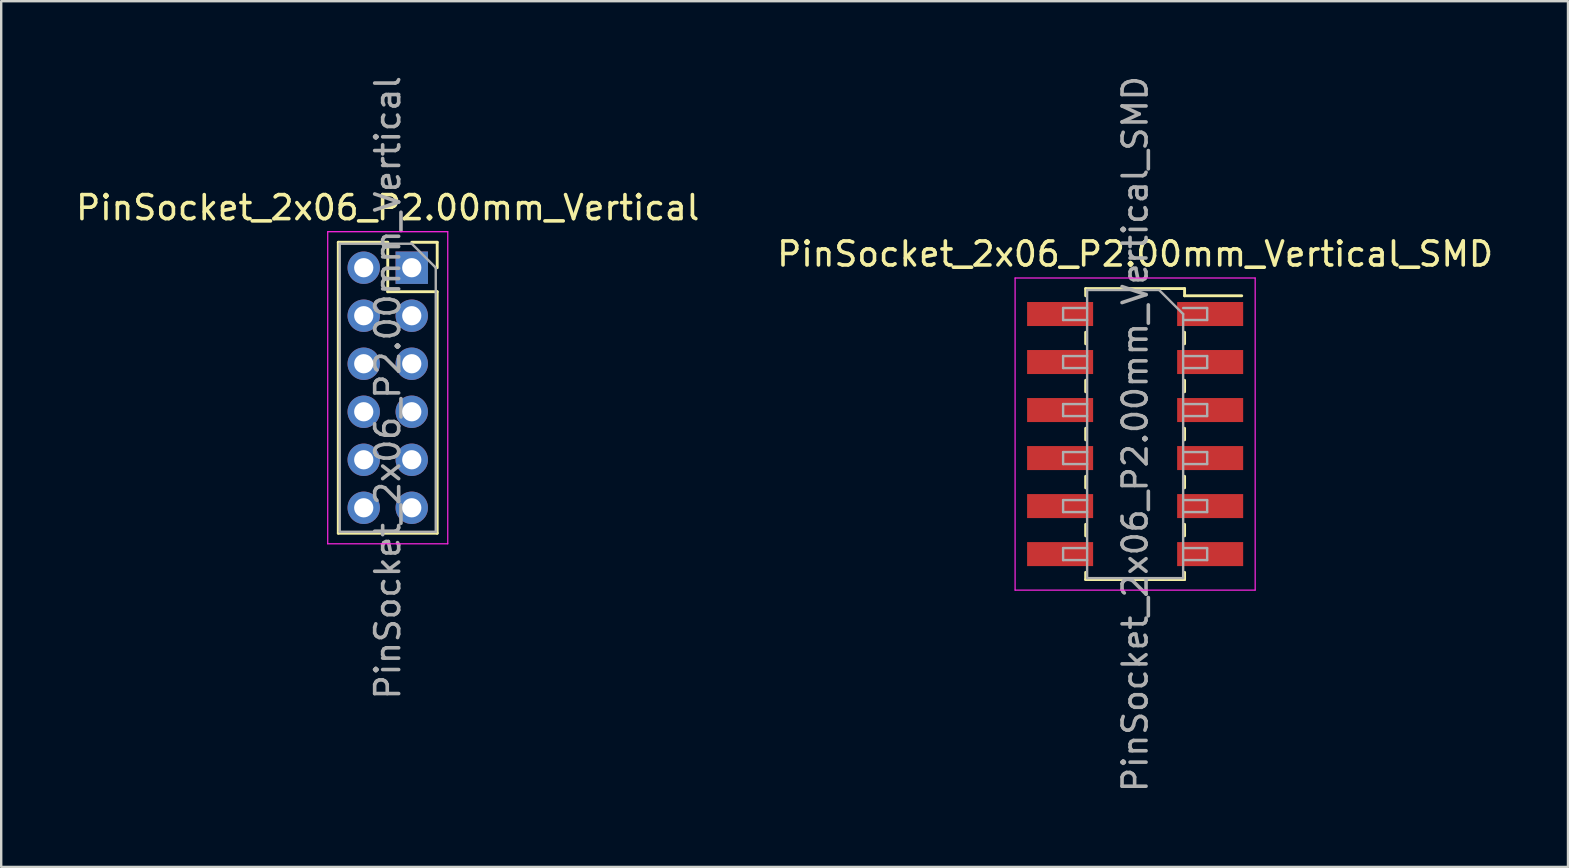
<source format=kicad_pcb>
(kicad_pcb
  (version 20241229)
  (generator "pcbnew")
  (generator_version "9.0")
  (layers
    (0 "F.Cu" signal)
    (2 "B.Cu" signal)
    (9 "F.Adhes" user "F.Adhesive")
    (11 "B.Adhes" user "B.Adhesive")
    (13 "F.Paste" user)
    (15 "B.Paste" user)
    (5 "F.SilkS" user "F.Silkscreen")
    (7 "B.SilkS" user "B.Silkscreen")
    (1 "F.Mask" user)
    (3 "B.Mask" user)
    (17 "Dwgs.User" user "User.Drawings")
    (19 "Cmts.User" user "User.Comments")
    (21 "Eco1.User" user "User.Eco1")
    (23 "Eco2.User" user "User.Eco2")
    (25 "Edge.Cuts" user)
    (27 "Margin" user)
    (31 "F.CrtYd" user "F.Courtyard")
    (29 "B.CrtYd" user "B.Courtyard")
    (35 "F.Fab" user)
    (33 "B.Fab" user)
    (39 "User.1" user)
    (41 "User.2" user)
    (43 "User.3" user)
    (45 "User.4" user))
  (footprint "PinSocket_2x06_P2.00mm_Vertical_SMD"
    (layer "F.Cu")
    (at 44.232 15.03)
    (property "Reference" "PinSocket_2x06_P2.00mm_Vertical_SMD" (at 0 -7.5 0) (layer "F.SilkS") (effects (font (size 1 1) (thickness 0.15))))
    (attr smd)
    (fp_line (start -2.06 -6.06) (end -2.06 -5.76) (stroke (width 0.12) (type solid)) (layer "F.SilkS"))
    (fp_line (start -2.06 -6.06) (end 2.06 -6.06) (stroke (width 0.12) (type solid)) (layer "F.SilkS"))
    (fp_line (start -2.06 -4.24) (end -2.06 -3.76) (stroke (width 0.12) (type solid)) (layer "F.SilkS"))
    (fp_line (start -2.06 -2.24) (end -2.06 -1.76) (stroke (width 0.12) (type solid)) (layer "F.SilkS"))
    (fp_line (start -2.06 -0.24) (end -2.06 0.24) (stroke (width 0.12) (type solid)) (layer "F.SilkS"))
    (fp_line (start -2.06 1.76) (end -2.06 2.24) (stroke (width 0.12) (type solid)) (layer "F.SilkS"))
    (fp_line (start -2.06 3.76) (end -2.06 4.24) (stroke (width 0.12) (type solid)) (layer "F.SilkS"))
    (fp_line (start -2.06 5.76) (end -2.06 6.06) (stroke (width 0.12) (type solid)) (layer "F.SilkS"))
    (fp_line (start -2.06 6.06) (end 2.06 6.06) (stroke (width 0.12) (type solid)) (layer "F.SilkS"))
    (fp_line (start 2.06 -6.06) (end 2.06 -5.76) (stroke (width 0.12) (type solid)) (layer "F.SilkS"))
    (fp_line (start 2.06 -5.76) (end 4.44 -5.76) (stroke (width 0.12) (type solid)) (layer "F.SilkS"))
    (fp_line (start 2.06 -4.24) (end 2.06 -3.76) (stroke (width 0.12) (type solid)) (layer "F.SilkS"))
    (fp_line (start 2.06 -2.24) (end 2.06 -1.76) (stroke (width 0.12) (type solid)) (layer "F.SilkS"))
    (fp_line (start 2.06 -0.24) (end 2.06 0.24) (stroke (width 0.12) (type solid)) (layer "F.SilkS"))
    (fp_line (start 2.06 1.76) (end 2.06 2.24) (stroke (width 0.12) (type solid)) (layer "F.SilkS"))
    (fp_line (start 2.06 3.76) (end 2.06 4.24) (stroke (width 0.12) (type solid)) (layer "F.SilkS"))
    (fp_line (start 2.06 5.76) (end 2.06 6.06) (stroke (width 0.12) (type solid)) (layer "F.SilkS"))
    (fp_line (start -5 -6.5) (end 5 -6.5) (stroke (width 0.05) (type solid)) (layer "F.CrtYd"))
    (fp_line (start -5 6.5) (end -5 -6.5) (stroke (width 0.05) (type solid)) (layer "F.CrtYd"))
    (fp_line (start 5 -6.5) (end 5 6.5) (stroke (width 0.05) (type solid)) (layer "F.CrtYd"))
    (fp_line (start 5 6.5) (end -5 6.5) (stroke (width 0.05) (type solid)) (layer "F.CrtYd"))
    (fp_line (start -3 -5.25) (end -2 -5.25) (stroke (width 0.1) (type solid)) (layer "F.Fab"))
    (fp_line (start -3 -4.75) (end -3 -5.25) (stroke (width 0.1) (type solid)) (layer "F.Fab"))
    (fp_line (start -3 -3.25) (end -2 -3.25) (stroke (width 0.1) (type solid)) (layer "F.Fab"))
    (fp_line (start -3 -2.75) (end -3 -3.25) (stroke (width 0.1) (type solid)) (layer "F.Fab"))
    (fp_line (start -3 -1.25) (end -2 -1.25) (stroke (width 0.1) (type solid)) (layer "F.Fab"))
    (fp_line (start -3 -0.75) (end -3 -1.25) (stroke (width 0.1) (type solid)) (layer "F.Fab"))
    (fp_line (start -3 0.75) (end -2 0.75) (stroke (width 0.1) (type solid)) (layer "F.Fab"))
    (fp_line (start -3 1.25) (end -3 0.75) (stroke (width 0.1) (type solid)) (layer "F.Fab"))
    (fp_line (start -3 2.75) (end -2 2.75) (stroke (width 0.1) (type solid)) (layer "F.Fab"))
    (fp_line (start -3 3.25) (end -3 2.75) (stroke (width 0.1) (type solid)) (layer "F.Fab"))
    (fp_line (start -3 4.75) (end -2 4.75) (stroke (width 0.1) (type solid)) (layer "F.Fab"))
    (fp_line (start -3 5.25) (end -3 4.75) (stroke (width 0.1) (type solid)) (layer "F.Fab"))
    (fp_line (start -2 -6) (end 1 -6) (stroke (width 0.1) (type solid)) (layer "F.Fab"))
    (fp_line (start -2 -4.75) (end -3 -4.75) (stroke (width 0.1) (type solid)) (layer "F.Fab"))
    (fp_line (start -2 -2.75) (end -3 -2.75) (stroke (width 0.1) (type solid)) (layer "F.Fab"))
    (fp_line (start -2 -0.75) (end -3 -0.75) (stroke (width 0.1) (type solid)) (layer "F.Fab"))
    (fp_line (start -2 1.25) (end -3 1.25) (stroke (width 0.1) (type solid)) (layer "F.Fab"))
    (fp_line (start -2 3.25) (end -3 3.25) (stroke (width 0.1) (type solid)) (layer "F.Fab"))
    (fp_line (start -2 5.25) (end -3 5.25) (stroke (width 0.1) (type solid)) (layer "F.Fab"))
    (fp_line (start -2 6) (end -2 -6) (stroke (width 0.1) (type solid)) (layer "F.Fab"))
    (fp_line (start 1 -6) (end 2 -5) (stroke (width 0.1) (type solid)) (layer "F.Fab"))
    (fp_line (start 2 -5.25) (end 3 -5.25) (stroke (width 0.1) (type solid)) (layer "F.Fab"))
    (fp_line (start 2 -5) (end 2 6) (stroke (width 0.1) (type solid)) (layer "F.Fab"))
    (fp_line (start 2 -3.25) (end 3 -3.25) (stroke (width 0.1) (type solid)) (layer "F.Fab"))
    (fp_line (start 2 -1.25) (end 3 -1.25) (stroke (width 0.1) (type solid)) (layer "F.Fab"))
    (fp_line (start 2 0.75) (end 3 0.75) (stroke (width 0.1) (type solid)) (layer "F.Fab"))
    (fp_line (start 2 2.75) (end 3 2.75) (stroke (width 0.1) (type solid)) (layer "F.Fab"))
    (fp_line (start 2 4.75) (end 3 4.75) (stroke (width 0.1) (type solid)) (layer "F.Fab"))
    (fp_line (start 2 6) (end -2 6) (stroke (width 0.1) (type solid)) (layer "F.Fab"))
    (fp_line (start 3 -5.25) (end 3 -4.75) (stroke (width 0.1) (type solid)) (layer "F.Fab"))
    (fp_line (start 3 -4.75) (end 2 -4.75) (stroke (width 0.1) (type solid)) (layer "F.Fab"))
    (fp_line (start 3 -3.25) (end 3 -2.75) (stroke (width 0.1) (type solid)) (layer "F.Fab"))
    (fp_line (start 3 -2.75) (end 2 -2.75) (stroke (width 0.1) (type solid)) (layer "F.Fab"))
    (fp_line (start 3 -1.25) (end 3 -0.75) (stroke (width 0.1) (type solid)) (layer "F.Fab"))
    (fp_line (start 3 -0.75) (end 2 -0.75) (stroke (width 0.1) (type solid)) (layer "F.Fab"))
    (fp_line (start 3 0.75) (end 3 1.25) (stroke (width 0.1) (type solid)) (layer "F.Fab"))
    (fp_line (start 3 1.25) (end 2 1.25) (stroke (width 0.1) (type solid)) (layer "F.Fab"))
    (fp_line (start 3 2.75) (end 3 3.25) (stroke (width 0.1) (type solid)) (layer "F.Fab"))
    (fp_line (start 3 3.25) (end 2 3.25) (stroke (width 0.1) (type solid)) (layer "F.Fab"))
    (fp_line (start 3 4.75) (end 3 5.25) (stroke (width 0.1) (type solid)) (layer "F.Fab"))
    (fp_line (start 3 5.25) (end 2 5.25) (stroke (width 0.1) (type solid)) (layer "F.Fab"))
    (fp_text user "${REFERENCE}" (at 0 0 90) (layer "F.Fab") (effects (font (size 1 1) (thickness 0.15))))
    (pad "1" smd rect (at 3.125 -5) (size 2.75 1) (layers "F.Cu" "F.Mask" "F.Paste"))
    (pad "2" smd rect (at -3.125 -5) (size 2.75 1) (layers "F.Cu" "F.Mask" "F.Paste"))
    (pad "3" smd rect (at 3.125 -3) (size 2.75 1) (layers "F.Cu" "F.Mask" "F.Paste"))
    (pad "4" smd rect (at -3.125 -3) (size 2.75 1) (layers "F.Cu" "F.Mask" "F.Paste"))
    (pad "5" smd rect (at 3.125 -1) (size 2.75 1) (layers "F.Cu" "F.Mask" "F.Paste"))
    (pad "6" smd rect (at -3.125 -1) (size 2.75 1) (layers "F.Cu" "F.Mask" "F.Paste"))
    (pad "7" smd rect (at 3.125 1) (size 2.75 1) (layers "F.Cu" "F.Mask" "F.Paste"))
    (pad "8" smd rect (at -3.125 1) (size 2.75 1) (layers "F.Cu" "F.Mask" "F.Paste"))
    (pad "9" smd rect (at 3.125 3) (size 2.75 1) (layers "F.Cu" "F.Mask" "F.Paste"))
    (pad "10" smd rect (at -3.125 3) (size 2.75 1) (layers "F.Cu" "F.Mask" "F.Paste"))
    (pad "11" smd rect (at 3.125 5) (size 2.75 1) (layers "F.Cu" "F.Mask" "F.Paste"))
    (pad "12" smd rect (at -3.125 5) (size 2.75 1) (layers "F.Cu" "F.Mask" "F.Paste")))
  (footprint "PinSocket_2x06_P2.00mm_Vertical"
    (layer "F.Cu")
    (at 14.101 8.101)
    (property "Reference" "PinSocket_2x06_P2.00mm_Vertical" (at -1 -2.5 0) (layer "F.SilkS") (effects (font (size 1 1) (thickness 0.15))))
    (attr through_hole)
    (fp_line (start -3.06 -1.06) (end -3.06 11.06) (stroke (width 0.12) (type solid)) (layer "F.SilkS"))
    (fp_line (start -3.06 -1.06) (end -1 -1.06) (stroke (width 0.12) (type solid)) (layer "F.SilkS"))
    (fp_line (start -3.06 11.06) (end 1.06 11.06) (stroke (width 0.12) (type solid)) (layer "F.SilkS"))
    (fp_line (start -1 -1.06) (end -1 1) (stroke (width 0.12) (type solid)) (layer "F.SilkS"))
    (fp_line (start -1 1) (end 1.06 1) (stroke (width 0.12) (type solid)) (layer "F.SilkS"))
    (fp_line (start 0 -1.06) (end 1.06 -1.06) (stroke (width 0.12) (type solid)) (layer "F.SilkS"))
    (fp_line (start 1.06 -1.06) (end 1.06 0) (stroke (width 0.12) (type solid)) (layer "F.SilkS"))
    (fp_line (start 1.06 1) (end 1.06 11.06) (stroke (width 0.12) (type solid)) (layer "F.SilkS"))
    (fp_line (start -3.5 -1.5) (end 1.5 -1.5) (stroke (width 0.05) (type solid)) (layer "F.CrtYd"))
    (fp_line (start -3.5 11.5) (end -3.5 -1.5) (stroke (width 0.05) (type solid)) (layer "F.CrtYd"))
    (fp_line (start 1.5 -1.5) (end 1.5 11.5) (stroke (width 0.05) (type solid)) (layer "F.CrtYd"))
    (fp_line (start 1.5 11.5) (end -3.5 11.5) (stroke (width 0.05) (type solid)) (layer "F.CrtYd"))
    (fp_line (start -3 -1) (end 0 -1) (stroke (width 0.1) (type solid)) (layer "F.Fab"))
    (fp_line (start -3 11) (end -3 -1) (stroke (width 0.1) (type solid)) (layer "F.Fab"))
    (fp_line (start 0 -1) (end 1 0) (stroke (width 0.1) (type solid)) (layer "F.Fab"))
    (fp_line (start 1 0) (end 1 11) (stroke (width 0.1) (type solid)) (layer "F.Fab"))
    (fp_line (start 1 11) (end -3 11) (stroke (width 0.1) (type solid)) (layer "F.Fab"))
    (fp_text user "${REFERENCE}" (at -1 5 90) (layer "F.Fab") (effects (font (size 1 1) (thickness 0.15))))
    (pad "1" thru_hole rect (at 0 0) (size 1.35 1.35) (drill 0.8) (layers "*.Cu" "*.Mask"))
    (pad "2" thru_hole oval (at -2 0) (size 1.35 1.35) (drill 0.8) (layers "*.Cu" "*.Mask"))
    (pad "3" thru_hole oval (at 0 2) (size 1.35 1.35) (drill 0.8) (layers "*.Cu" "*.Mask"))
    (pad "4" thru_hole oval (at -2 2) (size 1.35 1.35) (drill 0.8) (layers "*.Cu" "*.Mask"))
    (pad "5" thru_hole oval (at 0 4) (size 1.35 1.35) (drill 0.8) (layers "*.Cu" "*.Mask"))
    (pad "6" thru_hole oval (at -2 4) (size 1.35 1.35) (drill 0.8) (layers "*.Cu" "*.Mask"))
    (pad "7" thru_hole oval (at 0 6) (size 1.35 1.35) (drill 0.8) (layers "*.Cu" "*.Mask"))
    (pad "8" thru_hole oval (at -2 6) (size 1.35 1.35) (drill 0.8) (layers "*.Cu" "*.Mask"))
    (pad "9" thru_hole oval (at 0 8) (size 1.35 1.35) (drill 0.8) (layers "*.Cu" "*.Mask"))
    (pad "10" thru_hole oval (at -2 8) (size 1.35 1.35) (drill 0.8) (layers "*.Cu" "*.Mask"))
    (pad "11" thru_hole oval (at 0 10) (size 1.35 1.35) (drill 0.8) (layers "*.Cu" "*.Mask"))
    (pad "12" thru_hole oval (at -2 10) (size 1.35 1.35) (drill 0.8) (layers "*.Cu" "*.Mask")))
  (gr_rect
    (start -3 -3)
    (end 62.262 33.06)
    (stroke (width 0.1) (type default))
    (fill no)
    (layer "Edge.Cuts")))
</source>
